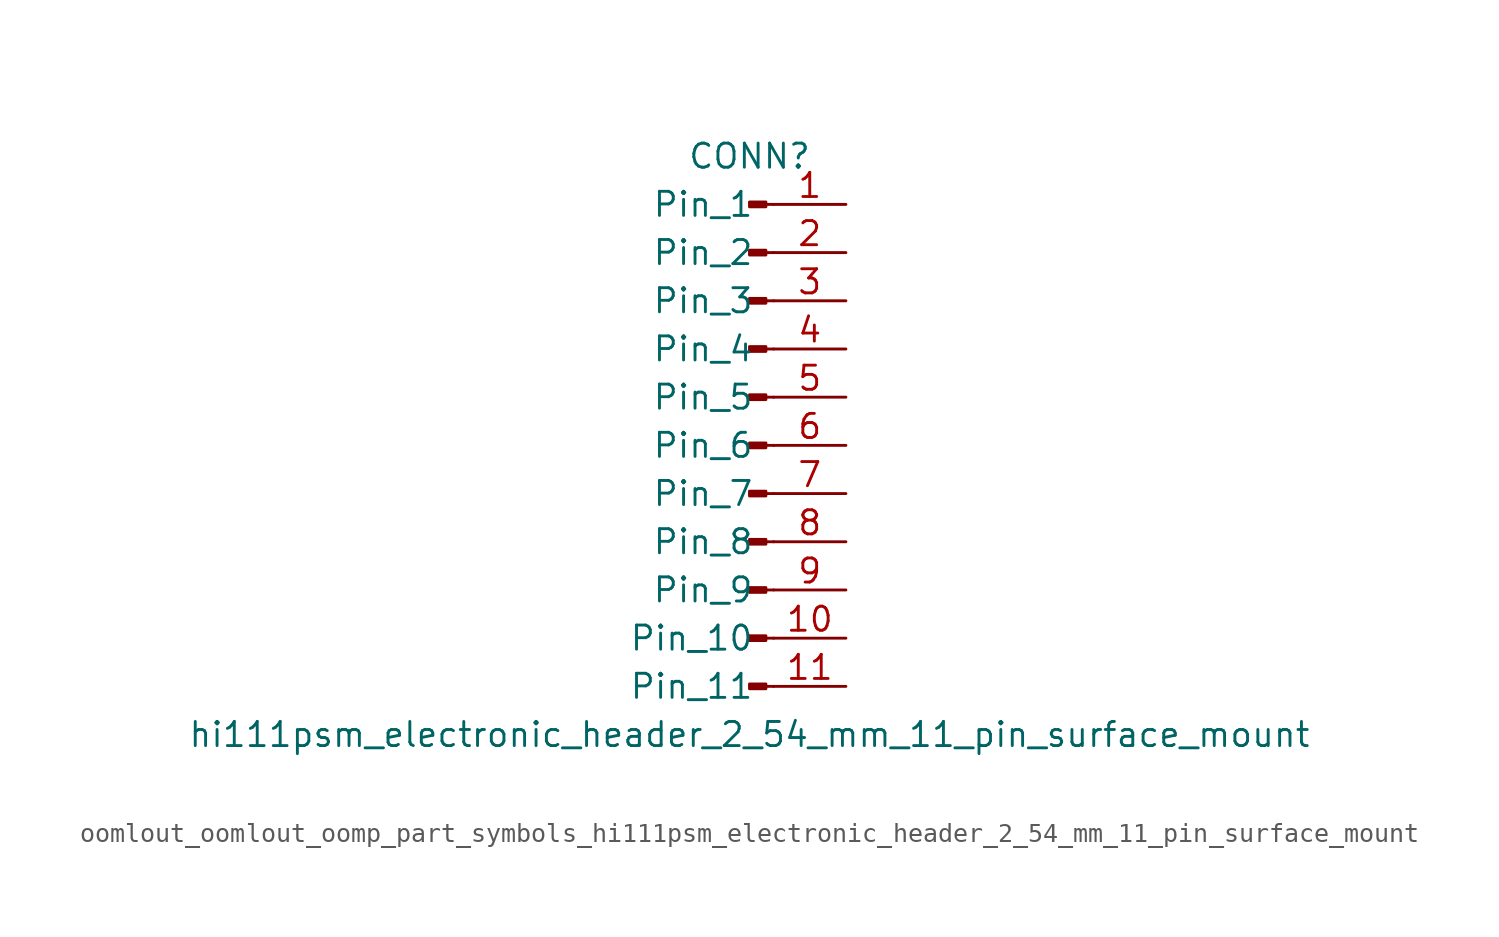
<source format=kicad_sym>
(kicad_symbol_lib
  (version 20220914)
  (generator kicad_symbol_editor)
  (symbol "oomlout_oomlout_oomp_part_symbols_hi111psm_electronic_header_2_54_mm_11_pin_surface_mount"
    (pin_names
      (offset 1.016))
    (property "Reference" "CONN"
      (at 0 15.24 0)
      (effects (font (size 1.27 1.27))))
    (property "Value" "hi111psm_electronic_header_2_54_mm_11_pin_surface_mount"
      (at 0 -15.24 0)
      (effects (font (size 1.27 1.27))))
    (property "ki_locked" ""
      (at 0 0 0)
      (effects (font (size 1.27 1.27))))
    (symbol "oomlout_oomlout_oomp_part_symbols_hi111psm_electronic_header_2_54_mm_11_pin_surface_mount_1_1"
      (polyline (pts (xy 1.27 -12.7) (xy 0.864 -12.7)) (stroke (width 0.152) (type default)) (fill (type none)))
      (polyline (pts (xy 1.27 -10.16) (xy 0.864 -10.16)) (stroke (width 0.152) (type default)) (fill (type none)))
      (polyline (pts (xy 1.27 -7.62) (xy 0.864 -7.62)) (stroke (width 0.152) (type default)) (fill (type none)))
      (polyline (pts (xy 1.27 -5.08) (xy 0.864 -5.08)) (stroke (width 0.152) (type default)) (fill (type none)))
      (polyline (pts (xy 1.27 -2.54) (xy 0.864 -2.54)) (stroke (width 0.152) (type default)) (fill (type none)))
      (polyline (pts (xy 1.27 0) (xy 0.864 0)) (stroke (width 0.152) (type default)) (fill (type none)))
      (polyline (pts (xy 1.27 2.54) (xy 0.864 2.54)) (stroke (width 0.152) (type default)) (fill (type none)))
      (polyline (pts (xy 1.27 5.08) (xy 0.864 5.08)) (stroke (width 0.152) (type default)) (fill (type none)))
      (polyline (pts (xy 1.27 7.62) (xy 0.864 7.62)) (stroke (width 0.152) (type default)) (fill (type none)))
      (polyline (pts (xy 1.27 10.16) (xy 0.864 10.16)) (stroke (width 0.152) (type default)) (fill (type none)))
      (polyline (pts (xy 1.27 12.7) (xy 0.864 12.7)) (stroke (width 0.152) (type default)) (fill (type none)))
      (rectangle (start 0.864 -12.573) (end 0 -12.827) (stroke (width 0.152) (type default)) (fill (type outline)))
      (rectangle (start 0.864 -10.033) (end 0 -10.287) (stroke (width 0.152) (type default)) (fill (type outline)))
      (rectangle (start 0.864 -7.493) (end 0 -7.747) (stroke (width 0.152) (type default)) (fill (type outline)))
      (rectangle (start 0.864 -4.953) (end 0 -5.207) (stroke (width 0.152) (type default)) (fill (type outline)))
      (rectangle (start 0.864 -2.413) (end 0 -2.667) (stroke (width 0.152) (type default)) (fill (type outline)))
      (rectangle (start 0.864 0.127) (end 0 -0.127) (stroke (width 0.152) (type default)) (fill (type outline)))
      (rectangle (start 0.864 2.667) (end 0 2.413) (stroke (width 0.152) (type default)) (fill (type outline)))
      (rectangle (start 0.864 5.207) (end 0 4.953) (stroke (width 0.152) (type default)) (fill (type outline)))
      (rectangle (start 0.864 7.747) (end 0 7.493) (stroke (width 0.152) (type default)) (fill (type outline)))
      (rectangle (start 0.864 10.287) (end 0 10.033) (stroke (width 0.152) (type default)) (fill (type outline)))
      (rectangle (start 0.864 12.827) (end 0 12.573) (stroke (width 0.152) (type default)) (fill (type outline)))
      (pin passive line (at 5.08 12.7 180) (length 3.81) (name "Pin_1" (effects (font (size 1.27 1.27)))) (number "1" (effects (font (size 1.27 1.27)))))
      (pin passive line (at 5.08 -10.16 180) (length 3.81) (name "Pin_10" (effects (font (size 1.27 1.27)))) (number "10" (effects (font (size 1.27 1.27)))))
      (pin passive line (at 5.08 -12.7 180) (length 3.81) (name "Pin_11" (effects (font (size 1.27 1.27)))) (number "11" (effects (font (size 1.27 1.27)))))
      (pin passive line (at 5.08 10.16 180) (length 3.81) (name "Pin_2" (effects (font (size 1.27 1.27)))) (number "2" (effects (font (size 1.27 1.27)))))
      (pin passive line (at 5.08 7.62 180) (length 3.81) (name "Pin_3" (effects (font (size 1.27 1.27)))) (number "3" (effects (font (size 1.27 1.27)))))
      (pin passive line (at 5.08 5.08 180) (length 3.81) (name "Pin_4" (effects (font (size 1.27 1.27)))) (number "4" (effects (font (size 1.27 1.27)))))
      (pin passive line (at 5.08 2.54 180) (length 3.81) (name "Pin_5" (effects (font (size 1.27 1.27)))) (number "5" (effects (font (size 1.27 1.27)))))
      (pin passive line (at 5.08 0 180) (length 3.81) (name "Pin_6" (effects (font (size 1.27 1.27)))) (number "6" (effects (font (size 1.27 1.27)))))
      (pin passive line (at 5.08 -2.54 180) (length 3.81) (name "Pin_7" (effects (font (size 1.27 1.27)))) (number "7" (effects (font (size 1.27 1.27)))))
      (pin passive line (at 5.08 -5.08 180) (length 3.81) (name "Pin_8" (effects (font (size 1.27 1.27)))) (number "8" (effects (font (size 1.27 1.27)))))
      (pin passive line (at 5.08 -7.62 180) (length 3.81) (name "Pin_9" (effects (font (size 1.27 1.27)))) (number "9" (effects (font (size 1.27 1.27))))))))
</source>
